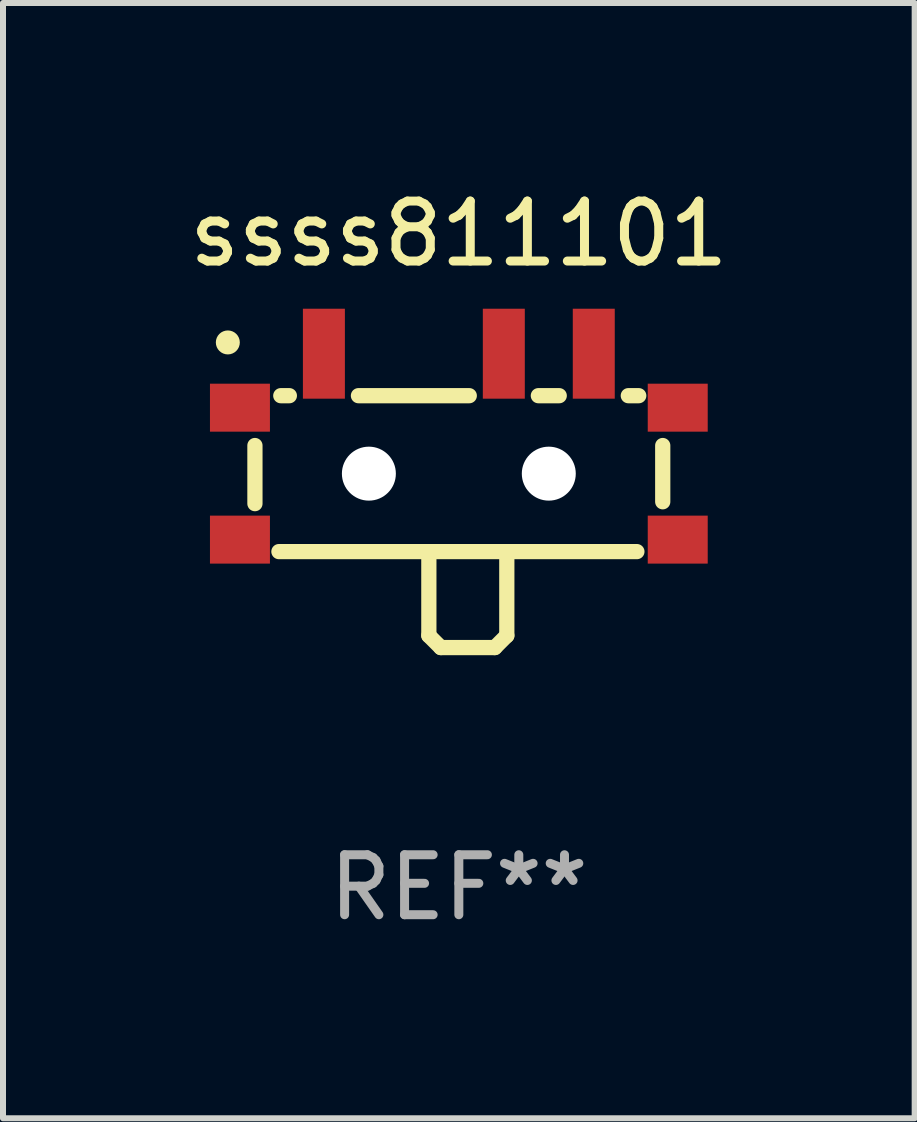
<source format=kicad_pcb>
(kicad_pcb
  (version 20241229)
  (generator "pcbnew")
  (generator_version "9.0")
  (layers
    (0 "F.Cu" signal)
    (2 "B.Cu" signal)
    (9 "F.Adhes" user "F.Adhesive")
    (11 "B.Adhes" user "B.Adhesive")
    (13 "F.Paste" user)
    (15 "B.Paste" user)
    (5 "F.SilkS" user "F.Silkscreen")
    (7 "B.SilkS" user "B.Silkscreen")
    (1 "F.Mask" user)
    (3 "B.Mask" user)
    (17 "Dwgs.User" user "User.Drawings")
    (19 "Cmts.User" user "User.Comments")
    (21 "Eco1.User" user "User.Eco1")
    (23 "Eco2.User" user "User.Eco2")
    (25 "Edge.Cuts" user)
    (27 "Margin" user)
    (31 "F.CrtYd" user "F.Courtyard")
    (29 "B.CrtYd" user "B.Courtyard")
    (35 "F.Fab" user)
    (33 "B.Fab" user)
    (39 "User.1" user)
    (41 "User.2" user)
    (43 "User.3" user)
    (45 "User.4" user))
  (footprint "ssss811101"
    (layer "F.Cu")
    (at 4.601 5.298)
    (property "Reference" "ssss811101" (at 0 -4.45 0) (layer "F.SilkS") (effects (font (size 1 1) (thickness 0.15))))
    (attr through_hole)
    (fp_line (start -3.4 0.05) (end -3.4 -0.919) (stroke (width 0.254) (type solid)) (layer "F.SilkS"))
    (fp_line (start -2.969 -1.75) (end -2.826 -1.75) (stroke (width 0.254) (type solid)) (layer "F.SilkS"))
    (fp_line (start -1.674 -1.75) (end 0.174 -1.75) (stroke (width 0.254) (type solid)) (layer "F.SilkS"))
    (fp_line (start -0.5 2.25) (end -0.5 0.95) (stroke (width 0.254) (type solid)) (layer "F.SilkS"))
    (fp_line (start -0.3 2.45) (end -0.5 2.25) (stroke (width 0.254) (type solid)) (layer "F.SilkS"))
    (fp_line (start -0.3 2.45) (end 0.6 2.45) (stroke (width 0.254) (type solid)) (layer "F.SilkS"))
    (fp_line (start 0.6 2.45) (end 0.8 2.25) (stroke (width 0.254) (type solid)) (layer "F.SilkS"))
    (fp_line (start 0.8 2.25) (end 0.8 0.95) (stroke (width 0.254) (type solid)) (layer "F.SilkS"))
    (fp_line (start 1.326 -1.75) (end 1.674 -1.75) (stroke (width 0.254) (type solid)) (layer "F.SilkS"))
    (fp_line (start 2.826 -1.75) (end 3 -1.75) (stroke (width 0.254) (type solid)) (layer "F.SilkS"))
    (fp_line (start 2.969 0.85) (end -3 0.85) (stroke (width 0.254) (type solid)) (layer "F.SilkS"))
    (fp_line (start 3.4 -0.919) (end 3.4 0.019) (stroke (width 0.254) (type solid)) (layer "F.SilkS"))
    (fp_circle (center -3.852 -2.638) (end -3.752 -2.638) (stroke (width 0.2) (type solid)) (fill no) (layer "F.SilkS"))
    (fp_text user "REF**" (at 0 6.45 0) (layer "F.Fab") (effects (font (size 1 1) (thickness 0.15))))
    (pad "" np_thru_hole circle (at -1.5 -0.45) (size 0.9 0.9) (drill 0.9) (layers "*.Cu" "*.Mask"))
    (pad "" np_thru_hole circle (at 1.5 -0.45) (size 0.9 0.9) (drill 0.9) (layers "*.Cu" "*.Mask"))
    (pad "1" smd rect (at -2.25 -2.45) (size 0.7 1.5) (layers "F.Cu" "F.Mask" "F.Paste"))
    (pad "2" smd rect (at 0.75 -2.45) (size 0.7 1.5) (layers "F.Cu" "F.Mask" "F.Paste"))
    (pad "3" smd rect (at 2.25 -2.45) (size 0.7 1.5) (layers "F.Cu" "F.Mask" "F.Paste"))
    (pad "4" smd rect (at -3.65 -1.55 90) (size 0.8 1) (layers "F.Cu" "F.Mask" "F.Paste"))
    (pad "5" smd rect (at 3.65 -1.55 90) (size 0.8 1) (layers "F.Cu" "F.Mask" "F.Paste"))
    (pad "6" smd rect (at 3.65 0.65 90) (size 0.8 1) (layers "F.Cu" "F.Mask" "F.Paste"))
    (pad "7" smd rect (at -3.65 0.65 90) (size 0.8 1) (layers "F.Cu" "F.Mask" "F.Paste")))
  (gr_rect
    (start -3 -3)
    (end 12.202 15.597)
    (stroke (width 0.1) (type default))
    (fill no)
    (layer "Edge.Cuts")))
</source>
